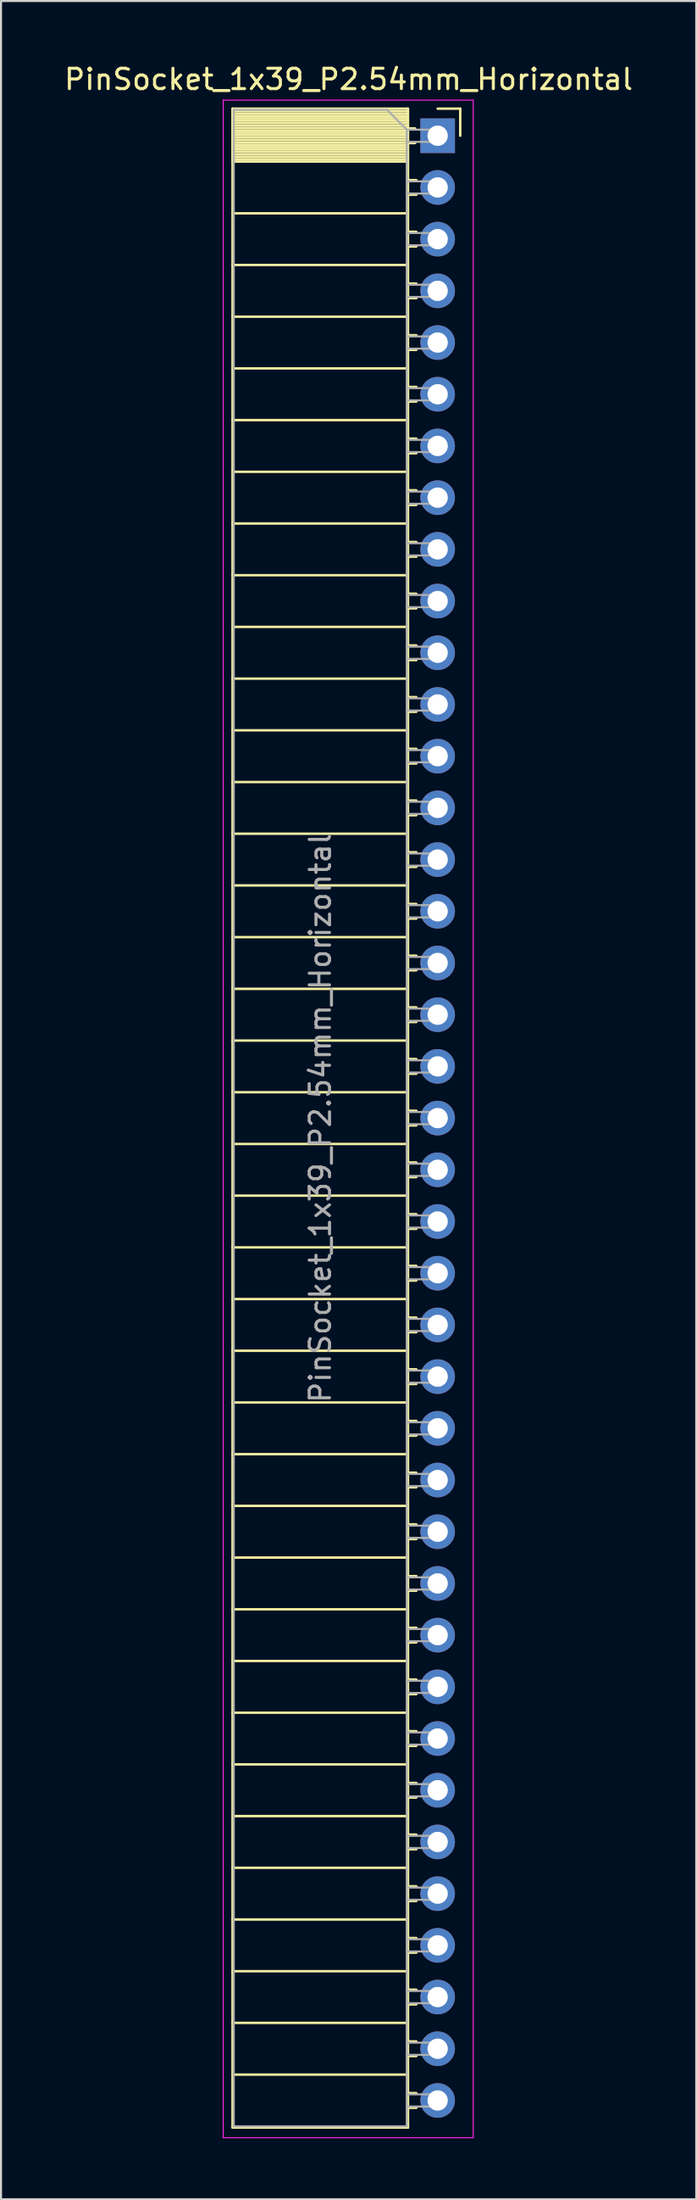
<source format=kicad_pcb>
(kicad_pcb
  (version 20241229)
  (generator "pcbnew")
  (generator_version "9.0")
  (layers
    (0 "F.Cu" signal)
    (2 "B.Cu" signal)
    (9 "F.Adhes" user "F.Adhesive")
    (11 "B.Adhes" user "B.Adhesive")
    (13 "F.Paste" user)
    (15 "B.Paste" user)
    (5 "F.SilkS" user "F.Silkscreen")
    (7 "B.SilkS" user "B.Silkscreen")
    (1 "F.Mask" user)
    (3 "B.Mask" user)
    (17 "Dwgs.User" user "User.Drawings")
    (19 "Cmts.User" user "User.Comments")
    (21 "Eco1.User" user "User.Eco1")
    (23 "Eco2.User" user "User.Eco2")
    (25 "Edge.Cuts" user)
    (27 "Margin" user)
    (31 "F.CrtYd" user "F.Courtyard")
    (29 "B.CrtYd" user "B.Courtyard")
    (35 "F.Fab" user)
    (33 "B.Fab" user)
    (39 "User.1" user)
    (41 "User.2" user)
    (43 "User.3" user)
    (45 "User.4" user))
  (footprint "PinSocket_1x39_P2.54mm_Horizontal"
    (layer "F.Cu")
    (at 18.481 3.618)
    (property "Reference" "PinSocket_1x39_P2.54mm_Horizontal" (at -4.38 -2.77 0) (layer "F.SilkS") (effects (font (size 1 1) (thickness 0.15))))
    (attr through_hole)
    (fp_line (start -10.09 -1.33) (end -10.09 97.85) (stroke (width 0.12) (type solid)) (layer "F.SilkS"))
    (fp_line (start -10.09 -1.33) (end -1.46 -1.33) (stroke (width 0.12) (type solid)) (layer "F.SilkS"))
    (fp_line (start -10.09 -1.21) (end -1.46 -1.21) (stroke (width 0.12) (type solid)) (layer "F.SilkS"))
    (fp_line (start -10.09 -1.092) (end -1.46 -1.092) (stroke (width 0.12) (type solid)) (layer "F.SilkS"))
    (fp_line (start -10.09 -0.974) (end -1.46 -0.974) (stroke (width 0.12) (type solid)) (layer "F.SilkS"))
    (fp_line (start -10.09 -0.856) (end -1.46 -0.856) (stroke (width 0.12) (type solid)) (layer "F.SilkS"))
    (fp_line (start -10.09 -0.738) (end -1.46 -0.738) (stroke (width 0.12) (type solid)) (layer "F.SilkS"))
    (fp_line (start -10.09 -0.62) (end -1.46 -0.62) (stroke (width 0.12) (type solid)) (layer "F.SilkS"))
    (fp_line (start -10.09 -0.501) (end -1.46 -0.501) (stroke (width 0.12) (type solid)) (layer "F.SilkS"))
    (fp_line (start -10.09 -0.383) (end -1.46 -0.383) (stroke (width 0.12) (type solid)) (layer "F.SilkS"))
    (fp_line (start -10.09 -0.265) (end -1.46 -0.265) (stroke (width 0.12) (type solid)) (layer "F.SilkS"))
    (fp_line (start -10.09 -0.147) (end -1.46 -0.147) (stroke (width 0.12) (type solid)) (layer "F.SilkS"))
    (fp_line (start -10.09 -0.029) (end -1.46 -0.029) (stroke (width 0.12) (type solid)) (layer "F.SilkS"))
    (fp_line (start -10.09 0.089) (end -1.46 0.089) (stroke (width 0.12) (type solid)) (layer "F.SilkS"))
    (fp_line (start -10.09 0.207) (end -1.46 0.207) (stroke (width 0.12) (type solid)) (layer "F.SilkS"))
    (fp_line (start -10.09 0.325) (end -1.46 0.325) (stroke (width 0.12) (type solid)) (layer "F.SilkS"))
    (fp_line (start -10.09 0.443) (end -1.46 0.443) (stroke (width 0.12) (type solid)) (layer "F.SilkS"))
    (fp_line (start -10.09 0.561) (end -1.46 0.561) (stroke (width 0.12) (type solid)) (layer "F.SilkS"))
    (fp_line (start -10.09 0.68) (end -1.46 0.68) (stroke (width 0.12) (type solid)) (layer "F.SilkS"))
    (fp_line (start -10.09 0.798) (end -1.46 0.798) (stroke (width 0.12) (type solid)) (layer "F.SilkS"))
    (fp_line (start -10.09 0.916) (end -1.46 0.916) (stroke (width 0.12) (type solid)) (layer "F.SilkS"))
    (fp_line (start -10.09 1.034) (end -1.46 1.034) (stroke (width 0.12) (type solid)) (layer "F.SilkS"))
    (fp_line (start -10.09 1.152) (end -1.46 1.152) (stroke (width 0.12) (type solid)) (layer "F.SilkS"))
    (fp_line (start -10.09 1.27) (end -1.46 1.27) (stroke (width 0.12) (type solid)) (layer "F.SilkS"))
    (fp_line (start -10.09 3.81) (end -1.46 3.81) (stroke (width 0.12) (type solid)) (layer "F.SilkS"))
    (fp_line (start -10.09 6.35) (end -1.46 6.35) (stroke (width 0.12) (type solid)) (layer "F.SilkS"))
    (fp_line (start -10.09 8.89) (end -1.46 8.89) (stroke (width 0.12) (type solid)) (layer "F.SilkS"))
    (fp_line (start -10.09 11.43) (end -1.46 11.43) (stroke (width 0.12) (type solid)) (layer "F.SilkS"))
    (fp_line (start -10.09 13.97) (end -1.46 13.97) (stroke (width 0.12) (type solid)) (layer "F.SilkS"))
    (fp_line (start -10.09 16.51) (end -1.46 16.51) (stroke (width 0.12) (type solid)) (layer "F.SilkS"))
    (fp_line (start -10.09 19.05) (end -1.46 19.05) (stroke (width 0.12) (type solid)) (layer "F.SilkS"))
    (fp_line (start -10.09 21.59) (end -1.46 21.59) (stroke (width 0.12) (type solid)) (layer "F.SilkS"))
    (fp_line (start -10.09 24.13) (end -1.46 24.13) (stroke (width 0.12) (type solid)) (layer "F.SilkS"))
    (fp_line (start -10.09 26.67) (end -1.46 26.67) (stroke (width 0.12) (type solid)) (layer "F.SilkS"))
    (fp_line (start -10.09 29.21) (end -1.46 29.21) (stroke (width 0.12) (type solid)) (layer "F.SilkS"))
    (fp_line (start -10.09 31.75) (end -1.46 31.75) (stroke (width 0.12) (type solid)) (layer "F.SilkS"))
    (fp_line (start -10.09 34.29) (end -1.46 34.29) (stroke (width 0.12) (type solid)) (layer "F.SilkS"))
    (fp_line (start -10.09 36.83) (end -1.46 36.83) (stroke (width 0.12) (type solid)) (layer "F.SilkS"))
    (fp_line (start -10.09 39.37) (end -1.46 39.37) (stroke (width 0.12) (type solid)) (layer "F.SilkS"))
    (fp_line (start -10.09 41.91) (end -1.46 41.91) (stroke (width 0.12) (type solid)) (layer "F.SilkS"))
    (fp_line (start -10.09 44.45) (end -1.46 44.45) (stroke (width 0.12) (type solid)) (layer "F.SilkS"))
    (fp_line (start -10.09 46.99) (end -1.46 46.99) (stroke (width 0.12) (type solid)) (layer "F.SilkS"))
    (fp_line (start -10.09 49.53) (end -1.46 49.53) (stroke (width 0.12) (type solid)) (layer "F.SilkS"))
    (fp_line (start -10.09 52.07) (end -1.46 52.07) (stroke (width 0.12) (type solid)) (layer "F.SilkS"))
    (fp_line (start -10.09 54.61) (end -1.46 54.61) (stroke (width 0.12) (type solid)) (layer "F.SilkS"))
    (fp_line (start -10.09 57.15) (end -1.46 57.15) (stroke (width 0.12) (type solid)) (layer "F.SilkS"))
    (fp_line (start -10.09 59.69) (end -1.46 59.69) (stroke (width 0.12) (type solid)) (layer "F.SilkS"))
    (fp_line (start -10.09 62.23) (end -1.46 62.23) (stroke (width 0.12) (type solid)) (layer "F.SilkS"))
    (fp_line (start -10.09 64.77) (end -1.46 64.77) (stroke (width 0.12) (type solid)) (layer "F.SilkS"))
    (fp_line (start -10.09 67.31) (end -1.46 67.31) (stroke (width 0.12) (type solid)) (layer "F.SilkS"))
    (fp_line (start -10.09 69.85) (end -1.46 69.85) (stroke (width 0.12) (type solid)) (layer "F.SilkS"))
    (fp_line (start -10.09 72.39) (end -1.46 72.39) (stroke (width 0.12) (type solid)) (layer "F.SilkS"))
    (fp_line (start -10.09 74.93) (end -1.46 74.93) (stroke (width 0.12) (type solid)) (layer "F.SilkS"))
    (fp_line (start -10.09 77.47) (end -1.46 77.47) (stroke (width 0.12) (type solid)) (layer "F.SilkS"))
    (fp_line (start -10.09 80.01) (end -1.46 80.01) (stroke (width 0.12) (type solid)) (layer "F.SilkS"))
    (fp_line (start -10.09 82.55) (end -1.46 82.55) (stroke (width 0.12) (type solid)) (layer "F.SilkS"))
    (fp_line (start -10.09 85.09) (end -1.46 85.09) (stroke (width 0.12) (type solid)) (layer "F.SilkS"))
    (fp_line (start -10.09 87.63) (end -1.46 87.63) (stroke (width 0.12) (type solid)) (layer "F.SilkS"))
    (fp_line (start -10.09 90.17) (end -1.46 90.17) (stroke (width 0.12) (type solid)) (layer "F.SilkS"))
    (fp_line (start -10.09 92.71) (end -1.46 92.71) (stroke (width 0.12) (type solid)) (layer "F.SilkS"))
    (fp_line (start -10.09 95.25) (end -1.46 95.25) (stroke (width 0.12) (type solid)) (layer "F.SilkS"))
    (fp_line (start -10.09 97.85) (end -1.46 97.85) (stroke (width 0.12) (type solid)) (layer "F.SilkS"))
    (fp_line (start -1.46 -1.33) (end -1.46 97.85) (stroke (width 0.12) (type solid)) (layer "F.SilkS"))
    (fp_line (start -1.46 -0.36) (end -1.11 -0.36) (stroke (width 0.12) (type solid)) (layer "F.SilkS"))
    (fp_line (start -1.46 0.36) (end -1.11 0.36) (stroke (width 0.12) (type solid)) (layer "F.SilkS"))
    (fp_line (start -1.46 2.18) (end -1.05 2.18) (stroke (width 0.12) (type solid)) (layer "F.SilkS"))
    (fp_line (start -1.46 2.9) (end -1.05 2.9) (stroke (width 0.12) (type solid)) (layer "F.SilkS"))
    (fp_line (start -1.46 4.72) (end -1.05 4.72) (stroke (width 0.12) (type solid)) (layer "F.SilkS"))
    (fp_line (start -1.46 5.44) (end -1.05 5.44) (stroke (width 0.12) (type solid)) (layer "F.SilkS"))
    (fp_line (start -1.46 7.26) (end -1.05 7.26) (stroke (width 0.12) (type solid)) (layer "F.SilkS"))
    (fp_line (start -1.46 7.98) (end -1.05 7.98) (stroke (width 0.12) (type solid)) (layer "F.SilkS"))
    (fp_line (start -1.46 9.8) (end -1.05 9.8) (stroke (width 0.12) (type solid)) (layer "F.SilkS"))
    (fp_line (start -1.46 10.52) (end -1.05 10.52) (stroke (width 0.12) (type solid)) (layer "F.SilkS"))
    (fp_line (start -1.46 12.34) (end -1.05 12.34) (stroke (width 0.12) (type solid)) (layer "F.SilkS"))
    (fp_line (start -1.46 13.06) (end -1.05 13.06) (stroke (width 0.12) (type solid)) (layer "F.SilkS"))
    (fp_line (start -1.46 14.88) (end -1.05 14.88) (stroke (width 0.12) (type solid)) (layer "F.SilkS"))
    (fp_line (start -1.46 15.6) (end -1.05 15.6) (stroke (width 0.12) (type solid)) (layer "F.SilkS"))
    (fp_line (start -1.46 17.42) (end -1.05 17.42) (stroke (width 0.12) (type solid)) (layer "F.SilkS"))
    (fp_line (start -1.46 18.14) (end -1.05 18.14) (stroke (width 0.12) (type solid)) (layer "F.SilkS"))
    (fp_line (start -1.46 19.96) (end -1.05 19.96) (stroke (width 0.12) (type solid)) (layer "F.SilkS"))
    (fp_line (start -1.46 20.68) (end -1.05 20.68) (stroke (width 0.12) (type solid)) (layer "F.SilkS"))
    (fp_line (start -1.46 22.5) (end -1.05 22.5) (stroke (width 0.12) (type solid)) (layer "F.SilkS"))
    (fp_line (start -1.46 23.22) (end -1.05 23.22) (stroke (width 0.12) (type solid)) (layer "F.SilkS"))
    (fp_line (start -1.46 25.04) (end -1.05 25.04) (stroke (width 0.12) (type solid)) (layer "F.SilkS"))
    (fp_line (start -1.46 25.76) (end -1.05 25.76) (stroke (width 0.12) (type solid)) (layer "F.SilkS"))
    (fp_line (start -1.46 27.58) (end -1.05 27.58) (stroke (width 0.12) (type solid)) (layer "F.SilkS"))
    (fp_line (start -1.46 28.3) (end -1.05 28.3) (stroke (width 0.12) (type solid)) (layer "F.SilkS"))
    (fp_line (start -1.46 30.12) (end -1.05 30.12) (stroke (width 0.12) (type solid)) (layer "F.SilkS"))
    (fp_line (start -1.46 30.84) (end -1.05 30.84) (stroke (width 0.12) (type solid)) (layer "F.SilkS"))
    (fp_line (start -1.46 32.66) (end -1.05 32.66) (stroke (width 0.12) (type solid)) (layer "F.SilkS"))
    (fp_line (start -1.46 33.38) (end -1.05 33.38) (stroke (width 0.12) (type solid)) (layer "F.SilkS"))
    (fp_line (start -1.46 35.2) (end -1.05 35.2) (stroke (width 0.12) (type solid)) (layer "F.SilkS"))
    (fp_line (start -1.46 35.92) (end -1.05 35.92) (stroke (width 0.12) (type solid)) (layer "F.SilkS"))
    (fp_line (start -1.46 37.74) (end -1.05 37.74) (stroke (width 0.12) (type solid)) (layer "F.SilkS"))
    (fp_line (start -1.46 38.46) (end -1.05 38.46) (stroke (width 0.12) (type solid)) (layer "F.SilkS"))
    (fp_line (start -1.46 40.28) (end -1.05 40.28) (stroke (width 0.12) (type solid)) (layer "F.SilkS"))
    (fp_line (start -1.46 41) (end -1.05 41) (stroke (width 0.12) (type solid)) (layer "F.SilkS"))
    (fp_line (start -1.46 42.82) (end -1.05 42.82) (stroke (width 0.12) (type solid)) (layer "F.SilkS"))
    (fp_line (start -1.46 43.54) (end -1.05 43.54) (stroke (width 0.12) (type solid)) (layer "F.SilkS"))
    (fp_line (start -1.46 45.36) (end -1.05 45.36) (stroke (width 0.12) (type solid)) (layer "F.SilkS"))
    (fp_line (start -1.46 46.08) (end -1.05 46.08) (stroke (width 0.12) (type solid)) (layer "F.SilkS"))
    (fp_line (start -1.46 47.9) (end -1.05 47.9) (stroke (width 0.12) (type solid)) (layer "F.SilkS"))
    (fp_line (start -1.46 48.62) (end -1.05 48.62) (stroke (width 0.12) (type solid)) (layer "F.SilkS"))
    (fp_line (start -1.46 50.44) (end -1.05 50.44) (stroke (width 0.12) (type solid)) (layer "F.SilkS"))
    (fp_line (start -1.46 51.16) (end -1.05 51.16) (stroke (width 0.12) (type solid)) (layer "F.SilkS"))
    (fp_line (start -1.46 52.98) (end -1.05 52.98) (stroke (width 0.12) (type solid)) (layer "F.SilkS"))
    (fp_line (start -1.46 53.7) (end -1.05 53.7) (stroke (width 0.12) (type solid)) (layer "F.SilkS"))
    (fp_line (start -1.46 55.52) (end -1.05 55.52) (stroke (width 0.12) (type solid)) (layer "F.SilkS"))
    (fp_line (start -1.46 56.24) (end -1.05 56.24) (stroke (width 0.12) (type solid)) (layer "F.SilkS"))
    (fp_line (start -1.46 58.06) (end -1.05 58.06) (stroke (width 0.12) (type solid)) (layer "F.SilkS"))
    (fp_line (start -1.46 58.78) (end -1.05 58.78) (stroke (width 0.12) (type solid)) (layer "F.SilkS"))
    (fp_line (start -1.46 60.6) (end -1.05 60.6) (stroke (width 0.12) (type solid)) (layer "F.SilkS"))
    (fp_line (start -1.46 61.32) (end -1.05 61.32) (stroke (width 0.12) (type solid)) (layer "F.SilkS"))
    (fp_line (start -1.46 63.14) (end -1.05 63.14) (stroke (width 0.12) (type solid)) (layer "F.SilkS"))
    (fp_line (start -1.46 63.86) (end -1.05 63.86) (stroke (width 0.12) (type solid)) (layer "F.SilkS"))
    (fp_line (start -1.46 65.68) (end -1.05 65.68) (stroke (width 0.12) (type solid)) (layer "F.SilkS"))
    (fp_line (start -1.46 66.4) (end -1.05 66.4) (stroke (width 0.12) (type solid)) (layer "F.SilkS"))
    (fp_line (start -1.46 68.22) (end -1.05 68.22) (stroke (width 0.12) (type solid)) (layer "F.SilkS"))
    (fp_line (start -1.46 68.94) (end -1.05 68.94) (stroke (width 0.12) (type solid)) (layer "F.SilkS"))
    (fp_line (start -1.46 70.76) (end -1.05 70.76) (stroke (width 0.12) (type solid)) (layer "F.SilkS"))
    (fp_line (start -1.46 71.48) (end -1.05 71.48) (stroke (width 0.12) (type solid)) (layer "F.SilkS"))
    (fp_line (start -1.46 73.3) (end -1.05 73.3) (stroke (width 0.12) (type solid)) (layer "F.SilkS"))
    (fp_line (start -1.46 74.02) (end -1.05 74.02) (stroke (width 0.12) (type solid)) (layer "F.SilkS"))
    (fp_line (start -1.46 75.84) (end -1.05 75.84) (stroke (width 0.12) (type solid)) (layer "F.SilkS"))
    (fp_line (start -1.46 76.56) (end -1.05 76.56) (stroke (width 0.12) (type solid)) (layer "F.SilkS"))
    (fp_line (start -1.46 78.38) (end -1.05 78.38) (stroke (width 0.12) (type solid)) (layer "F.SilkS"))
    (fp_line (start -1.46 79.1) (end -1.05 79.1) (stroke (width 0.12) (type solid)) (layer "F.SilkS"))
    (fp_line (start -1.46 80.92) (end -1.05 80.92) (stroke (width 0.12) (type solid)) (layer "F.SilkS"))
    (fp_line (start -1.46 81.64) (end -1.05 81.64) (stroke (width 0.12) (type solid)) (layer "F.SilkS"))
    (fp_line (start -1.46 83.46) (end -1.05 83.46) (stroke (width 0.12) (type solid)) (layer "F.SilkS"))
    (fp_line (start -1.46 84.18) (end -1.05 84.18) (stroke (width 0.12) (type solid)) (layer "F.SilkS"))
    (fp_line (start -1.46 86) (end -1.05 86) (stroke (width 0.12) (type solid)) (layer "F.SilkS"))
    (fp_line (start -1.46 86.72) (end -1.05 86.72) (stroke (width 0.12) (type solid)) (layer "F.SilkS"))
    (fp_line (start -1.46 88.54) (end -1.05 88.54) (stroke (width 0.12) (type solid)) (layer "F.SilkS"))
    (fp_line (start -1.46 89.26) (end -1.05 89.26) (stroke (width 0.12) (type solid)) (layer "F.SilkS"))
    (fp_line (start -1.46 91.08) (end -1.05 91.08) (stroke (width 0.12) (type solid)) (layer "F.SilkS"))
    (fp_line (start -1.46 91.8) (end -1.05 91.8) (stroke (width 0.12) (type solid)) (layer "F.SilkS"))
    (fp_line (start -1.46 93.62) (end -1.05 93.62) (stroke (width 0.12) (type solid)) (layer "F.SilkS"))
    (fp_line (start -1.46 94.34) (end -1.05 94.34) (stroke (width 0.12) (type solid)) (layer "F.SilkS"))
    (fp_line (start -1.46 96.16) (end -1.05 96.16) (stroke (width 0.12) (type solid)) (layer "F.SilkS"))
    (fp_line (start -1.46 96.88) (end -1.05 96.88) (stroke (width 0.12) (type solid)) (layer "F.SilkS"))
    (fp_line (start 0 -1.33) (end 1.11 -1.33) (stroke (width 0.12) (type solid)) (layer "F.SilkS"))
    (fp_line (start 1.11 -1.33) (end 1.11 0) (stroke (width 0.12) (type solid)) (layer "F.SilkS"))
    (fp_line (start -10.55 -1.75) (end -10.55 98.35) (stroke (width 0.05) (type solid)) (layer "F.CrtYd"))
    (fp_line (start -10.55 98.35) (end 1.75 98.35) (stroke (width 0.05) (type solid)) (layer "F.CrtYd"))
    (fp_line (start 1.75 -1.75) (end -10.55 -1.75) (stroke (width 0.05) (type solid)) (layer "F.CrtYd"))
    (fp_line (start 1.75 98.35) (end 1.75 -1.75) (stroke (width 0.05) (type solid)) (layer "F.CrtYd"))
    (fp_line (start -10.03 -1.27) (end -2.49 -1.27) (stroke (width 0.1) (type solid)) (layer "F.Fab"))
    (fp_line (start -10.03 97.79) (end -10.03 -1.27) (stroke (width 0.1) (type solid)) (layer "F.Fab"))
    (fp_line (start -2.49 -1.27) (end -1.52 -0.3) (stroke (width 0.1) (type solid)) (layer "F.Fab"))
    (fp_line (start -1.52 -0.3) (end -1.52 97.79) (stroke (width 0.1) (type solid)) (layer "F.Fab"))
    (fp_line (start -1.52 0.3) (end 0 0.3) (stroke (width 0.1) (type solid)) (layer "F.Fab"))
    (fp_line (start -1.52 2.84) (end 0 2.84) (stroke (width 0.1) (type solid)) (layer "F.Fab"))
    (fp_line (start -1.52 5.38) (end 0 5.38) (stroke (width 0.1) (type solid)) (layer "F.Fab"))
    (fp_line (start -1.52 7.92) (end 0 7.92) (stroke (width 0.1) (type solid)) (layer "F.Fab"))
    (fp_line (start -1.52 10.46) (end 0 10.46) (stroke (width 0.1) (type solid)) (layer "F.Fab"))
    (fp_line (start -1.52 13) (end 0 13) (stroke (width 0.1) (type solid)) (layer "F.Fab"))
    (fp_line (start -1.52 15.54) (end 0 15.54) (stroke (width 0.1) (type solid)) (layer "F.Fab"))
    (fp_line (start -1.52 18.08) (end 0 18.08) (stroke (width 0.1) (type solid)) (layer "F.Fab"))
    (fp_line (start -1.52 20.62) (end 0 20.62) (stroke (width 0.1) (type solid)) (layer "F.Fab"))
    (fp_line (start -1.52 23.16) (end 0 23.16) (stroke (width 0.1) (type solid)) (layer "F.Fab"))
    (fp_line (start -1.52 25.7) (end 0 25.7) (stroke (width 0.1) (type solid)) (layer "F.Fab"))
    (fp_line (start -1.52 28.24) (end 0 28.24) (stroke (width 0.1) (type solid)) (layer "F.Fab"))
    (fp_line (start -1.52 30.78) (end 0 30.78) (stroke (width 0.1) (type solid)) (layer "F.Fab"))
    (fp_line (start -1.52 33.32) (end 0 33.32) (stroke (width 0.1) (type solid)) (layer "F.Fab"))
    (fp_line (start -1.52 35.86) (end 0 35.86) (stroke (width 0.1) (type solid)) (layer "F.Fab"))
    (fp_line (start -1.52 38.4) (end 0 38.4) (stroke (width 0.1) (type solid)) (layer "F.Fab"))
    (fp_line (start -1.52 40.94) (end 0 40.94) (stroke (width 0.1) (type solid)) (layer "F.Fab"))
    (fp_line (start -1.52 43.48) (end 0 43.48) (stroke (width 0.1) (type solid)) (layer "F.Fab"))
    (fp_line (start -1.52 46.02) (end 0 46.02) (stroke (width 0.1) (type solid)) (layer "F.Fab"))
    (fp_line (start -1.52 48.56) (end 0 48.56) (stroke (width 0.1) (type solid)) (layer "F.Fab"))
    (fp_line (start -1.52 51.1) (end 0 51.1) (stroke (width 0.1) (type solid)) (layer "F.Fab"))
    (fp_line (start -1.52 53.64) (end 0 53.64) (stroke (width 0.1) (type solid)) (layer "F.Fab"))
    (fp_line (start -1.52 56.18) (end 0 56.18) (stroke (width 0.1) (type solid)) (layer "F.Fab"))
    (fp_line (start -1.52 58.72) (end 0 58.72) (stroke (width 0.1) (type solid)) (layer "F.Fab"))
    (fp_line (start -1.52 61.26) (end 0 61.26) (stroke (width 0.1) (type solid)) (layer "F.Fab"))
    (fp_line (start -1.52 63.8) (end 0 63.8) (stroke (width 0.1) (type solid)) (layer "F.Fab"))
    (fp_line (start -1.52 66.34) (end 0 66.34) (stroke (width 0.1) (type solid)) (layer "F.Fab"))
    (fp_line (start -1.52 68.88) (end 0 68.88) (stroke (width 0.1) (type solid)) (layer "F.Fab"))
    (fp_line (start -1.52 71.42) (end 0 71.42) (stroke (width 0.1) (type solid)) (layer "F.Fab"))
    (fp_line (start -1.52 73.96) (end 0 73.96) (stroke (width 0.1) (type solid)) (layer "F.Fab"))
    (fp_line (start -1.52 76.5) (end 0 76.5) (stroke (width 0.1) (type solid)) (layer "F.Fab"))
    (fp_line (start -1.52 79.04) (end 0 79.04) (stroke (width 0.1) (type solid)) (layer "F.Fab"))
    (fp_line (start -1.52 81.58) (end 0 81.58) (stroke (width 0.1) (type solid)) (layer "F.Fab"))
    (fp_line (start -1.52 84.12) (end 0 84.12) (stroke (width 0.1) (type solid)) (layer "F.Fab"))
    (fp_line (start -1.52 86.66) (end 0 86.66) (stroke (width 0.1) (type solid)) (layer "F.Fab"))
    (fp_line (start -1.52 89.2) (end 0 89.2) (stroke (width 0.1) (type solid)) (layer "F.Fab"))
    (fp_line (start -1.52 91.74) (end 0 91.74) (stroke (width 0.1) (type solid)) (layer "F.Fab"))
    (fp_line (start -1.52 94.28) (end 0 94.28) (stroke (width 0.1) (type solid)) (layer "F.Fab"))
    (fp_line (start -1.52 96.82) (end 0 96.82) (stroke (width 0.1) (type solid)) (layer "F.Fab"))
    (fp_line (start -1.52 97.79) (end -10.03 97.79) (stroke (width 0.1) (type solid)) (layer "F.Fab"))
    (fp_line (start 0 -0.3) (end -1.52 -0.3) (stroke (width 0.1) (type solid)) (layer "F.Fab"))
    (fp_line (start 0 0.3) (end 0 -0.3) (stroke (width 0.1) (type solid)) (layer "F.Fab"))
    (fp_line (start 0 2.24) (end -1.52 2.24) (stroke (width 0.1) (type solid)) (layer "F.Fab"))
    (fp_line (start 0 2.84) (end 0 2.24) (stroke (width 0.1) (type solid)) (layer "F.Fab"))
    (fp_line (start 0 4.78) (end -1.52 4.78) (stroke (width 0.1) (type solid)) (layer "F.Fab"))
    (fp_line (start 0 5.38) (end 0 4.78) (stroke (width 0.1) (type solid)) (layer "F.Fab"))
    (fp_line (start 0 7.32) (end -1.52 7.32) (stroke (width 0.1) (type solid)) (layer "F.Fab"))
    (fp_line (start 0 7.92) (end 0 7.32) (stroke (width 0.1) (type solid)) (layer "F.Fab"))
    (fp_line (start 0 9.86) (end -1.52 9.86) (stroke (width 0.1) (type solid)) (layer "F.Fab"))
    (fp_line (start 0 10.46) (end 0 9.86) (stroke (width 0.1) (type solid)) (layer "F.Fab"))
    (fp_line (start 0 12.4) (end -1.52 12.4) (stroke (width 0.1) (type solid)) (layer "F.Fab"))
    (fp_line (start 0 13) (end 0 12.4) (stroke (width 0.1) (type solid)) (layer "F.Fab"))
    (fp_line (start 0 14.94) (end -1.52 14.94) (stroke (width 0.1) (type solid)) (layer "F.Fab"))
    (fp_line (start 0 15.54) (end 0 14.94) (stroke (width 0.1) (type solid)) (layer "F.Fab"))
    (fp_line (start 0 17.48) (end -1.52 17.48) (stroke (width 0.1) (type solid)) (layer "F.Fab"))
    (fp_line (start 0 18.08) (end 0 17.48) (stroke (width 0.1) (type solid)) (layer "F.Fab"))
    (fp_line (start 0 20.02) (end -1.52 20.02) (stroke (width 0.1) (type solid)) (layer "F.Fab"))
    (fp_line (start 0 20.62) (end 0 20.02) (stroke (width 0.1) (type solid)) (layer "F.Fab"))
    (fp_line (start 0 22.56) (end -1.52 22.56) (stroke (width 0.1) (type solid)) (layer "F.Fab"))
    (fp_line (start 0 23.16) (end 0 22.56) (stroke (width 0.1) (type solid)) (layer "F.Fab"))
    (fp_line (start 0 25.1) (end -1.52 25.1) (stroke (width 0.1) (type solid)) (layer "F.Fab"))
    (fp_line (start 0 25.7) (end 0 25.1) (stroke (width 0.1) (type solid)) (layer "F.Fab"))
    (fp_line (start 0 27.64) (end -1.52 27.64) (stroke (width 0.1) (type solid)) (layer "F.Fab"))
    (fp_line (start 0 28.24) (end 0 27.64) (stroke (width 0.1) (type solid)) (layer "F.Fab"))
    (fp_line (start 0 30.18) (end -1.52 30.18) (stroke (width 0.1) (type solid)) (layer "F.Fab"))
    (fp_line (start 0 30.78) (end 0 30.18) (stroke (width 0.1) (type solid)) (layer "F.Fab"))
    (fp_line (start 0 32.72) (end -1.52 32.72) (stroke (width 0.1) (type solid)) (layer "F.Fab"))
    (fp_line (start 0 33.32) (end 0 32.72) (stroke (width 0.1) (type solid)) (layer "F.Fab"))
    (fp_line (start 0 35.26) (end -1.52 35.26) (stroke (width 0.1) (type solid)) (layer "F.Fab"))
    (fp_line (start 0 35.86) (end 0 35.26) (stroke (width 0.1) (type solid)) (layer "F.Fab"))
    (fp_line (start 0 37.8) (end -1.52 37.8) (stroke (width 0.1) (type solid)) (layer "F.Fab"))
    (fp_line (start 0 38.4) (end 0 37.8) (stroke (width 0.1) (type solid)) (layer "F.Fab"))
    (fp_line (start 0 40.34) (end -1.52 40.34) (stroke (width 0.1) (type solid)) (layer "F.Fab"))
    (fp_line (start 0 40.94) (end 0 40.34) (stroke (width 0.1) (type solid)) (layer "F.Fab"))
    (fp_line (start 0 42.88) (end -1.52 42.88) (stroke (width 0.1) (type solid)) (layer "F.Fab"))
    (fp_line (start 0 43.48) (end 0 42.88) (stroke (width 0.1) (type solid)) (layer "F.Fab"))
    (fp_line (start 0 45.42) (end -1.52 45.42) (stroke (width 0.1) (type solid)) (layer "F.Fab"))
    (fp_line (start 0 46.02) (end 0 45.42) (stroke (width 0.1) (type solid)) (layer "F.Fab"))
    (fp_line (start 0 47.96) (end -1.52 47.96) (stroke (width 0.1) (type solid)) (layer "F.Fab"))
    (fp_line (start 0 48.56) (end 0 47.96) (stroke (width 0.1) (type solid)) (layer "F.Fab"))
    (fp_line (start 0 50.5) (end -1.52 50.5) (stroke (width 0.1) (type solid)) (layer "F.Fab"))
    (fp_line (start 0 51.1) (end 0 50.5) (stroke (width 0.1) (type solid)) (layer "F.Fab"))
    (fp_line (start 0 53.04) (end -1.52 53.04) (stroke (width 0.1) (type solid)) (layer "F.Fab"))
    (fp_line (start 0 53.64) (end 0 53.04) (stroke (width 0.1) (type solid)) (layer "F.Fab"))
    (fp_line (start 0 55.58) (end -1.52 55.58) (stroke (width 0.1) (type solid)) (layer "F.Fab"))
    (fp_line (start 0 56.18) (end 0 55.58) (stroke (width 0.1) (type solid)) (layer "F.Fab"))
    (fp_line (start 0 58.12) (end -1.52 58.12) (stroke (width 0.1) (type solid)) (layer "F.Fab"))
    (fp_line (start 0 58.72) (end 0 58.12) (stroke (width 0.1) (type solid)) (layer "F.Fab"))
    (fp_line (start 0 60.66) (end -1.52 60.66) (stroke (width 0.1) (type solid)) (layer "F.Fab"))
    (fp_line (start 0 61.26) (end 0 60.66) (stroke (width 0.1) (type solid)) (layer "F.Fab"))
    (fp_line (start 0 63.2) (end -1.52 63.2) (stroke (width 0.1) (type solid)) (layer "F.Fab"))
    (fp_line (start 0 63.8) (end 0 63.2) (stroke (width 0.1) (type solid)) (layer "F.Fab"))
    (fp_line (start 0 65.74) (end -1.52 65.74) (stroke (width 0.1) (type solid)) (layer "F.Fab"))
    (fp_line (start 0 66.34) (end 0 65.74) (stroke (width 0.1) (type solid)) (layer "F.Fab"))
    (fp_line (start 0 68.28) (end -1.52 68.28) (stroke (width 0.1) (type solid)) (layer "F.Fab"))
    (fp_line (start 0 68.88) (end 0 68.28) (stroke (width 0.1) (type solid)) (layer "F.Fab"))
    (fp_line (start 0 70.82) (end -1.52 70.82) (stroke (width 0.1) (type solid)) (layer "F.Fab"))
    (fp_line (start 0 71.42) (end 0 70.82) (stroke (width 0.1) (type solid)) (layer "F.Fab"))
    (fp_line (start 0 73.36) (end -1.52 73.36) (stroke (width 0.1) (type solid)) (layer "F.Fab"))
    (fp_line (start 0 73.96) (end 0 73.36) (stroke (width 0.1) (type solid)) (layer "F.Fab"))
    (fp_line (start 0 75.9) (end -1.52 75.9) (stroke (width 0.1) (type solid)) (layer "F.Fab"))
    (fp_line (start 0 76.5) (end 0 75.9) (stroke (width 0.1) (type solid)) (layer "F.Fab"))
    (fp_line (start 0 78.44) (end -1.52 78.44) (stroke (width 0.1) (type solid)) (layer "F.Fab"))
    (fp_line (start 0 79.04) (end 0 78.44) (stroke (width 0.1) (type solid)) (layer "F.Fab"))
    (fp_line (start 0 80.98) (end -1.52 80.98) (stroke (width 0.1) (type solid)) (layer "F.Fab"))
    (fp_line (start 0 81.58) (end 0 80.98) (stroke (width 0.1) (type solid)) (layer "F.Fab"))
    (fp_line (start 0 83.52) (end -1.52 83.52) (stroke (width 0.1) (type solid)) (layer "F.Fab"))
    (fp_line (start 0 84.12) (end 0 83.52) (stroke (width 0.1) (type solid)) (layer "F.Fab"))
    (fp_line (start 0 86.06) (end -1.52 86.06) (stroke (width 0.1) (type solid)) (layer "F.Fab"))
    (fp_line (start 0 86.66) (end 0 86.06) (stroke (width 0.1) (type solid)) (layer "F.Fab"))
    (fp_line (start 0 88.6) (end -1.52 88.6) (stroke (width 0.1) (type solid)) (layer "F.Fab"))
    (fp_line (start 0 89.2) (end 0 88.6) (stroke (width 0.1) (type solid)) (layer "F.Fab"))
    (fp_line (start 0 91.14) (end -1.52 91.14) (stroke (width 0.1) (type solid)) (layer "F.Fab"))
    (fp_line (start 0 91.74) (end 0 91.14) (stroke (width 0.1) (type solid)) (layer "F.Fab"))
    (fp_line (start 0 93.68) (end -1.52 93.68) (stroke (width 0.1) (type solid)) (layer "F.Fab"))
    (fp_line (start 0 94.28) (end 0 93.68) (stroke (width 0.1) (type solid)) (layer "F.Fab"))
    (fp_line (start 0 96.22) (end -1.52 96.22) (stroke (width 0.1) (type solid)) (layer "F.Fab"))
    (fp_line (start 0 96.82) (end 0 96.22) (stroke (width 0.1) (type solid)) (layer "F.Fab"))
    (fp_text user "${REFERENCE}" (at -5.775 48.26 90) (layer "F.Fab") (effects (font (size 1 1) (thickness 0.15))))
    (pad "1" thru_hole rect (at 0 0) (size 1.7 1.7) (drill 1) (layers "*.Cu" "*.Mask"))
    (pad "2" thru_hole oval (at 0 2.54) (size 1.7 1.7) (drill 1) (layers "*.Cu" "*.Mask"))
    (pad "3" thru_hole oval (at 0 5.08) (size 1.7 1.7) (drill 1) (layers "*.Cu" "*.Mask"))
    (pad "4" thru_hole oval (at 0 7.62) (size 1.7 1.7) (drill 1) (layers "*.Cu" "*.Mask"))
    (pad "5" thru_hole oval (at 0 10.16) (size 1.7 1.7) (drill 1) (layers "*.Cu" "*.Mask"))
    (pad "6" thru_hole oval (at 0 12.7) (size 1.7 1.7) (drill 1) (layers "*.Cu" "*.Mask"))
    (pad "7" thru_hole oval (at 0 15.24) (size 1.7 1.7) (drill 1) (layers "*.Cu" "*.Mask"))
    (pad "8" thru_hole oval (at 0 17.78) (size 1.7 1.7) (drill 1) (layers "*.Cu" "*.Mask"))
    (pad "9" thru_hole oval (at 0 20.32) (size 1.7 1.7) (drill 1) (layers "*.Cu" "*.Mask"))
    (pad "10" thru_hole oval (at 0 22.86) (size 1.7 1.7) (drill 1) (layers "*.Cu" "*.Mask"))
    (pad "11" thru_hole oval (at 0 25.4) (size 1.7 1.7) (drill 1) (layers "*.Cu" "*.Mask"))
    (pad "12" thru_hole oval (at 0 27.94) (size 1.7 1.7) (drill 1) (layers "*.Cu" "*.Mask"))
    (pad "13" thru_hole oval (at 0 30.48) (size 1.7 1.7) (drill 1) (layers "*.Cu" "*.Mask"))
    (pad "14" thru_hole oval (at 0 33.02) (size 1.7 1.7) (drill 1) (layers "*.Cu" "*.Mask"))
    (pad "15" thru_hole oval (at 0 35.56) (size 1.7 1.7) (drill 1) (layers "*.Cu" "*.Mask"))
    (pad "16" thru_hole oval (at 0 38.1) (size 1.7 1.7) (drill 1) (layers "*.Cu" "*.Mask"))
    (pad "17" thru_hole oval (at 0 40.64) (size 1.7 1.7) (drill 1) (layers "*.Cu" "*.Mask"))
    (pad "18" thru_hole oval (at 0 43.18) (size 1.7 1.7) (drill 1) (layers "*.Cu" "*.Mask"))
    (pad "19" thru_hole oval (at 0 45.72) (size 1.7 1.7) (drill 1) (layers "*.Cu" "*.Mask"))
    (pad "20" thru_hole oval (at 0 48.26) (size 1.7 1.7) (drill 1) (layers "*.Cu" "*.Mask"))
    (pad "21" thru_hole oval (at 0 50.8) (size 1.7 1.7) (drill 1) (layers "*.Cu" "*.Mask"))
    (pad "22" thru_hole oval (at 0 53.34) (size 1.7 1.7) (drill 1) (layers "*.Cu" "*.Mask"))
    (pad "23" thru_hole oval (at 0 55.88) (size 1.7 1.7) (drill 1) (layers "*.Cu" "*.Mask"))
    (pad "24" thru_hole oval (at 0 58.42) (size 1.7 1.7) (drill 1) (layers "*.Cu" "*.Mask"))
    (pad "25" thru_hole oval (at 0 60.96) (size 1.7 1.7) (drill 1) (layers "*.Cu" "*.Mask"))
    (pad "26" thru_hole oval (at 0 63.5) (size 1.7 1.7) (drill 1) (layers "*.Cu" "*.Mask"))
    (pad "27" thru_hole oval (at 0 66.04) (size 1.7 1.7) (drill 1) (layers "*.Cu" "*.Mask"))
    (pad "28" thru_hole oval (at 0 68.58) (size 1.7 1.7) (drill 1) (layers "*.Cu" "*.Mask"))
    (pad "29" thru_hole oval (at 0 71.12) (size 1.7 1.7) (drill 1) (layers "*.Cu" "*.Mask"))
    (pad "30" thru_hole oval (at 0 73.66) (size 1.7 1.7) (drill 1) (layers "*.Cu" "*.Mask"))
    (pad "31" thru_hole oval (at 0 76.2) (size 1.7 1.7) (drill 1) (layers "*.Cu" "*.Mask"))
    (pad "32" thru_hole oval (at 0 78.74) (size 1.7 1.7) (drill 1) (layers "*.Cu" "*.Mask"))
    (pad "33" thru_hole oval (at 0 81.28) (size 1.7 1.7) (drill 1) (layers "*.Cu" "*.Mask"))
    (pad "34" thru_hole oval (at 0 83.82) (size 1.7 1.7) (drill 1) (layers "*.Cu" "*.Mask"))
    (pad "35" thru_hole oval (at 0 86.36) (size 1.7 1.7) (drill 1) (layers "*.Cu" "*.Mask"))
    (pad "36" thru_hole oval (at 0 88.9) (size 1.7 1.7) (drill 1) (layers "*.Cu" "*.Mask"))
    (pad "37" thru_hole oval (at 0 91.44) (size 1.7 1.7) (drill 1) (layers "*.Cu" "*.Mask"))
    (pad "38" thru_hole oval (at 0 93.98) (size 1.7 1.7) (drill 1) (layers "*.Cu" "*.Mask"))
    (pad "39" thru_hole oval (at 0 96.52) (size 1.7 1.7) (drill 1) (layers "*.Cu" "*.Mask")))
  (gr_rect
    (start -3 -3)
    (end 31.202 104.993)
    (stroke (width 0.1) (type default))
    (fill no)
    (layer "Edge.Cuts")))
</source>
